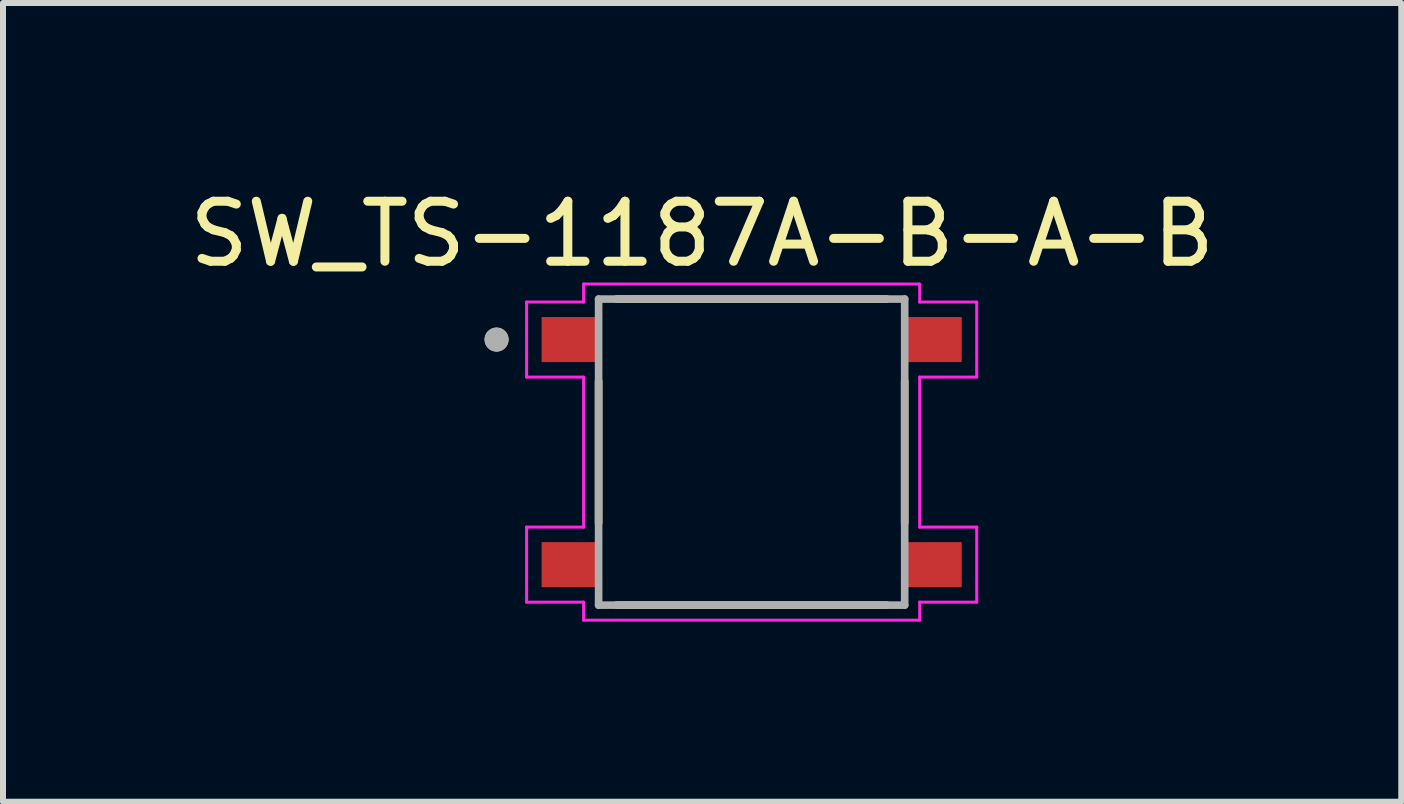
<source format=kicad_pcb>
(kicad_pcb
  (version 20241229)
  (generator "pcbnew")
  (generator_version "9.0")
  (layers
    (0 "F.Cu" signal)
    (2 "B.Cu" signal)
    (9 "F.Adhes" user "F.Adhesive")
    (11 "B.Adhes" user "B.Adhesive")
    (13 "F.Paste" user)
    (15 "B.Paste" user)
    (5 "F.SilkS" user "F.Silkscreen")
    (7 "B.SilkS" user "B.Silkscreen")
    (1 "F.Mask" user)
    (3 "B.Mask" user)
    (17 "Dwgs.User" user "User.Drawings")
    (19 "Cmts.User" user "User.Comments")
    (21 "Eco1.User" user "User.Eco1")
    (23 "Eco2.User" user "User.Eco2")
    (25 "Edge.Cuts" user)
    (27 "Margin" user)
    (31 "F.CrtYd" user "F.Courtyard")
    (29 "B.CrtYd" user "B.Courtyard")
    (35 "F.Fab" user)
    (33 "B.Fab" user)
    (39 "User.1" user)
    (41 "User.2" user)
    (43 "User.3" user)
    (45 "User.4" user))
  (footprint "SW_TS-1187A-B-A-B"
    (layer "F.Cu")
    (at 9.474 4.483)
    (property "Reference" "SW_TS-1187A-B-A-B" (at -0.825 -3.635 0) (layer "F.SilkS") (effects (font (size 1 1) (thickness 0.15))))
    (attr through_hole)
    (fp_line (start -2.55 -1.18) (end -2.55 1.18) (stroke (width 0.127) (type solid)) (layer "F.SilkS"))
    (fp_line (start 2.25 -2.55) (end -2.25 -2.55) (stroke (width 0.127) (type solid)) (layer "F.SilkS"))
    (fp_line (start 2.25 2.55) (end -2.25 2.55) (stroke (width 0.127) (type solid)) (layer "F.SilkS"))
    (fp_line (start 2.55 1.18) (end 2.55 -1.18) (stroke (width 0.127) (type solid)) (layer "F.SilkS"))
    (fp_circle (center -4.25 -1.875) (end -4.15 -1.875) (stroke (width 0.2) (type solid)) (fill no) (layer "F.SilkS"))
    (fp_line (start -3.75 -2.5) (end -3.75 -1.25) (stroke (width 0.05) (type solid)) (layer "F.CrtYd"))
    (fp_line (start -3.75 -2.5) (end -2.8 -2.5) (stroke (width 0.05) (type solid)) (layer "F.CrtYd"))
    (fp_line (start -3.75 -1.25) (end -2.8 -1.25) (stroke (width 0.05) (type solid)) (layer "F.CrtYd"))
    (fp_line (start -3.75 1.25) (end -2.8 1.25) (stroke (width 0.05) (type solid)) (layer "F.CrtYd"))
    (fp_line (start -3.75 2.5) (end -3.75 1.25) (stroke (width 0.05) (type solid)) (layer "F.CrtYd"))
    (fp_line (start -3.75 2.5) (end -2.8 2.5) (stroke (width 0.05) (type solid)) (layer "F.CrtYd"))
    (fp_line (start -2.8 -2.8) (end -2.8 -2.5) (stroke (width 0.05) (type solid)) (layer "F.CrtYd"))
    (fp_line (start -2.8 -1.25) (end -2.8 1.25) (stroke (width 0.05) (type solid)) (layer "F.CrtYd"))
    (fp_line (start -2.8 2.8) (end -2.8 2.5) (stroke (width 0.05) (type solid)) (layer "F.CrtYd"))
    (fp_line (start -2.8 2.8) (end 2.8 2.8) (stroke (width 0.05) (type solid)) (layer "F.CrtYd"))
    (fp_line (start 2.8 -2.8) (end -2.8 -2.8) (stroke (width 0.05) (type solid)) (layer "F.CrtYd"))
    (fp_line (start 2.8 -2.8) (end 2.8 -2.5) (stroke (width 0.05) (type solid)) (layer "F.CrtYd"))
    (fp_line (start 2.8 -1.25) (end 2.8 1.25) (stroke (width 0.05) (type solid)) (layer "F.CrtYd"))
    (fp_line (start 2.8 2.8) (end 2.8 2.5) (stroke (width 0.05) (type solid)) (layer "F.CrtYd"))
    (fp_line (start 3.75 -2.5) (end 2.8 -2.5) (stroke (width 0.05) (type solid)) (layer "F.CrtYd"))
    (fp_line (start 3.75 -2.5) (end 3.75 -1.25) (stroke (width 0.05) (type solid)) (layer "F.CrtYd"))
    (fp_line (start 3.75 -1.25) (end 2.8 -1.25) (stroke (width 0.05) (type solid)) (layer "F.CrtYd"))
    (fp_line (start 3.75 1.25) (end 2.8 1.25) (stroke (width 0.05) (type solid)) (layer "F.CrtYd"))
    (fp_line (start 3.75 2.5) (end 2.8 2.5) (stroke (width 0.05) (type solid)) (layer "F.CrtYd"))
    (fp_line (start 3.75 2.5) (end 3.75 1.25) (stroke (width 0.05) (type solid)) (layer "F.CrtYd"))
    (fp_line (start -2.55 -2.55) (end -2.55 2.55) (stroke (width 0.127) (type solid)) (layer "F.Fab"))
    (fp_line (start -2.55 2.55) (end 2.55 2.55) (stroke (width 0.127) (type solid)) (layer "F.Fab"))
    (fp_line (start 2.55 -2.55) (end -2.55 -2.55) (stroke (width 0.127) (type solid)) (layer "F.Fab"))
    (fp_line (start 2.55 2.55) (end 2.55 -2.55) (stroke (width 0.127) (type solid)) (layer "F.Fab"))
    (fp_circle (center -4.25 -1.875) (end -4.15 -1.875) (stroke (width 0.2) (type solid)) (fill no) (layer "F.Fab"))
    (pad "A" smd rect (at -3 -1.875) (size 1 0.75) (layers "F.Cu" "F.Mask" "F.Paste"))
    (pad "B" smd rect (at 3 -1.875) (size 1 0.75) (layers "F.Cu" "F.Mask" "F.Paste"))
    (pad "C" smd rect (at -3 1.875) (size 1 0.75) (layers "F.Cu" "F.Mask" "F.Paste"))
    (pad "D" smd rect (at 3 1.875) (size 1 0.75) (layers "F.Cu" "F.Mask" "F.Paste")))
  (gr_rect
    (start -3 -3)
    (end 20.298 10.308)
    (stroke (width 0.1) (type default))
    (fill no)
    (layer "Edge.Cuts")))
</source>
